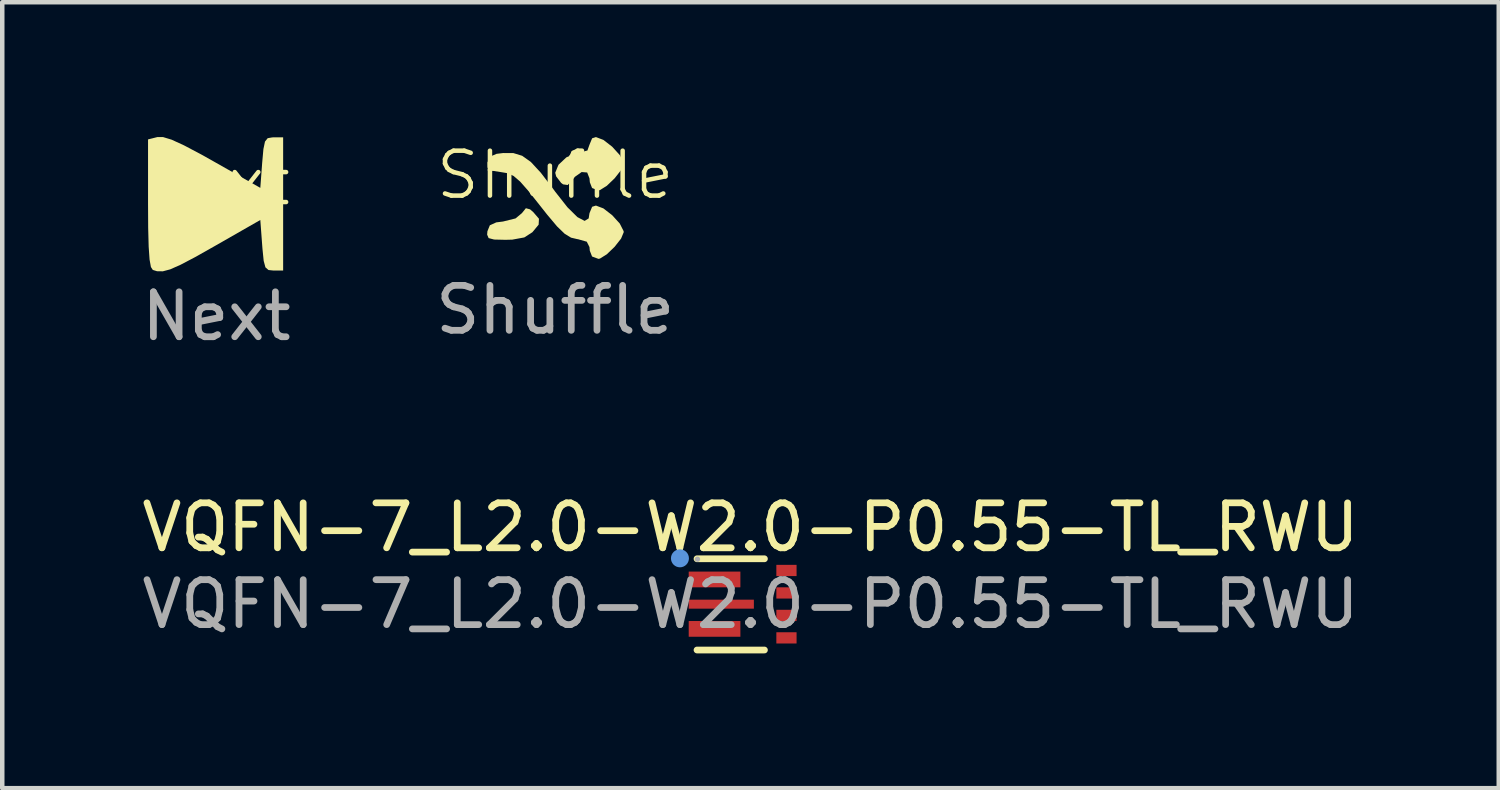
<source format=kicad_pcb>
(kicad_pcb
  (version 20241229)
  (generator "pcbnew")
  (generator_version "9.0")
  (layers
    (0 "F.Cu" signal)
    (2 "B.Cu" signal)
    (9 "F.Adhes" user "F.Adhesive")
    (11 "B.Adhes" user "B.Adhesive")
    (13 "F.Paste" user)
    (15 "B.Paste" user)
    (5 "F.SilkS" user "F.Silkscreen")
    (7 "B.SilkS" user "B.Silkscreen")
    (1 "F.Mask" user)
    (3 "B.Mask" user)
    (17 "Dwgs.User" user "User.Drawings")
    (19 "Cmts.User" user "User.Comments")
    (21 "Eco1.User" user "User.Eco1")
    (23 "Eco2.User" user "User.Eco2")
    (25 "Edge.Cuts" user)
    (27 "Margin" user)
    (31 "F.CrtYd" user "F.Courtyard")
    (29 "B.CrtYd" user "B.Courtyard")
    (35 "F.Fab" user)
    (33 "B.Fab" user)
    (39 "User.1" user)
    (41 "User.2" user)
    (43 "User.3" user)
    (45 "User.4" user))
  (footprint "Next"
    (layer "F.Cu")
    (at 1.768 1.488)
    (property "Reference" "Next" (at 0 -0.5 0) (unlocked yes) (layer "F.SilkS") (effects (font (size 1 1) (thickness 0.1))))
    (attr smd)
    (fp_poly (pts (xy -0.999 -1.43) (xy -0.724 -1.304) (xy -0.34 -1.101) (xy -0.069 -0.949) (xy 0.974 -0.358) (xy 1.016 -0.92) (xy 1.043 -1.22) (xy 1.078 -1.388) (xy 1.138 -1.463) (xy 1.24 -1.481) (xy 1.27 -1.482) (xy 1.482 -1.482) (xy 1.482 0) (xy 1.482 1.482) (xy 1.27 1.482) (xy 1.156 1.47) (xy 1.088 1.411) (xy 1.049 1.266) (xy 1.022 0.998) (xy 1.016 0.92) (xy 0.974 0.357) (xy -0.042 0.938) (xy -0.48 1.185) (xy -0.8 1.353) (xy -1.03 1.455) (xy -1.195 1.499) (xy -1.324 1.497) (xy -1.418 1.468) (xy -1.46 1.403) (xy -1.49 1.237) (xy -1.51 0.952) (xy -1.521 0.531) (xy -1.524 -0.005) (xy -1.524 -1.436) (xy -1.317 -1.488) (xy -1.19 -1.488)) (stroke (width 0) (type solid)) (fill yes) (layer "F.SilkS"))
    (fp_text user "${REFERENCE}" (at 0 2.5 0) (unlocked yes) (layer "F.Fab") (effects (font (size 1 1) (thickness 0.15)))))
  (footprint "VQFN-7_L2.0-W2.0-P0.55-TL_RWU"
    (layer "F.Cu")
    (at 13.649 10.393)
    (property "Reference" "VQFN-7_L2.0-W2.0-P0.55-TL_RWU" (at -0.001 -1.709 0) (layer "F.SilkS") (effects (font (size 1 1) (thickness 0.15))))
    (attr smd)
    (fp_line (start -1.19 1.02) (end 0.31 1.02) (stroke (width 0.15) (type solid)) (layer "F.SilkS"))
    (fp_line (start 0.31 -1.01) (end -1.19 -1.01) (stroke (width 0.15) (type solid)) (layer "F.SilkS"))
    (fp_circle (center -1.57 -1.02) (end -1.47 -1.02) (stroke (width 0.2) (type solid)) (fill no) (layer "Cmts.User"))
    (fp_circle (center -1.18 -1) (end -1.15 -1) (stroke (width 0.06) (type solid)) (fill no) (layer "F.Fab"))
    (fp_text user "${REFERENCE}" (at 0 0 0) (layer "F.Fab") (effects (font (size 1 1) (thickness 0.15))))
    (pad "1" smd rect (at -0.8 -0.55) (size 1.15 0.35) (layers "F.Cu" "F.Mask" "F.Paste"))
    (pad "2" smd rect (at -0.65 0) (size 1.45 0.2) (layers "F.Cu" "F.Mask" "F.Paste"))
    (pad "3" smd rect (at -0.8 0.55) (size 1.15 0.35) (layers "F.Cu" "F.Mask" "F.Paste"))
    (pad "4" smd rect (at 0.8 0.75) (size 0.45 0.25) (layers "F.Cu" "F.Mask" "F.Paste"))
    (pad "5" smd rect (at 0.8 0.25) (size 0.45 0.25) (layers "F.Cu" "F.Mask" "F.Paste"))
    (pad "6" smd rect (at 0.8 -0.25) (size 0.45 0.25) (layers "F.Cu" "F.Mask" "F.Paste"))
    (pad "7" smd rect (at 0.8 -0.75) (size 0.45 0.25) (layers "F.Cu" "F.Mask" "F.Paste")))
  (footprint "Shuffle"
    (layer "F.Cu")
    (at 9.304 1.345)
    (property "Reference" "Shuffle" (at 0 -0.5 0) (unlocked yes) (layer "F.SilkS") (effects (font (size 1 1) (thickness 0.1))))
    (attr smd)
    (fp_poly (pts (xy -0.56 0.263) (xy -0.49 0.323) (xy -0.362 0.472) (xy -0.369 0.604) (xy -0.508 0.772) (xy -0.688 0.888) (xy -0.956 0.937) (xy -1.107 0.941) (xy -1.359 0.935) (xy -1.482 0.903) (xy -1.515 0.826) (xy -1.509 0.751) (xy -1.455 0.618) (xy -1.312 0.553) (xy -1.162 0.534) (xy -0.883 0.465) (xy -0.741 0.347) (xy -0.653 0.238)) (stroke (width 0) (type solid)) (fill yes) (layer "F.SilkS"))
    (fp_poly (pts (xy 1.072 -1.282) (xy 1.267 -1.131) (xy 1.436 -0.945) (xy 1.522 -0.776) (xy 1.524 -0.752) (xy 1.465 -0.61) (xy 1.322 -0.428) (xy 1.148 -0.261) (xy 0.996 -0.166) (xy 0.962 -0.159) (xy 0.828 -0.208) (xy 0.818 -0.216) (xy 0.77 -0.34) (xy 0.762 -0.427) (xy 0.711 -0.557) (xy 0.588 -0.567) (xy 0.438 -0.461) (xy 0.39 -0.4) (xy 0.278 -0.278) (xy 0.175 -0.293) (xy 0.131 -0.326) (xy 0.021 -0.47) (xy 0 -0.551) (xy 0.072 -0.728) (xy 0.247 -0.893) (xy 0.462 -0.994) (xy 0.55 -1.006) (xy 0.716 -1.046) (xy 0.762 -1.175) (xy 0.821 -1.318) (xy 0.906 -1.345)) (stroke (width 0) (type solid)) (fill yes) (layer "F.SilkS"))
    (fp_poly (pts (xy -0.932 -0.989) (xy -0.736 -0.929) (xy -0.542 -0.791) (xy -0.321 -0.552) (xy -0.046 -0.192) (xy 0 -0.129) (xy 0.273 0.218) (xy 0.494 0.436) (xy 0.654 0.52) (xy 0.744 0.465) (xy 0.762 0.349) (xy 0.821 0.206) (xy 0.906 0.179) (xy 1.072 0.242) (xy 1.267 0.393) (xy 1.436 0.579) (xy 1.522 0.748) (xy 1.524 0.772) (xy 1.465 0.914) (xy 1.322 1.096) (xy 1.148 1.263) (xy 0.996 1.358) (xy 0.962 1.365) (xy 0.828 1.316) (xy 0.818 1.308) (xy 0.769 1.183) (xy 0.762 1.102) (xy 0.702 0.983) (xy 0.505 0.927) (xy 0.492 0.926) (xy 0.352 0.893) (xy 0.211 0.807) (xy 0.042 0.644) (xy -0.18 0.38) (xy -0.339 0.179) (xy -0.595 -0.144) (xy -0.781 -0.355) (xy -0.926 -0.479) (xy -1.059 -0.541) (xy -1.21 -0.566) (xy -1.217 -0.567) (xy -1.425 -0.599) (xy -1.506 -0.667) (xy -1.508 -0.779) (xy -1.453 -0.908) (xy -1.306 -0.972) (xy -1.158 -0.99)) (stroke (width 0) (type solid)) (fill yes) (layer "F.SilkS"))
    (fp_text user "${REFERENCE}" (at 0 2.5 0) (unlocked yes) (layer "F.Fab") (effects (font (size 1 1) (thickness 0.15)))))
  (gr_rect
    (start -3 -3)
    (end 30.298 14.488)
    (stroke (width 0.1) (type default))
    (fill no)
    (layer "Edge.Cuts")))
</source>
